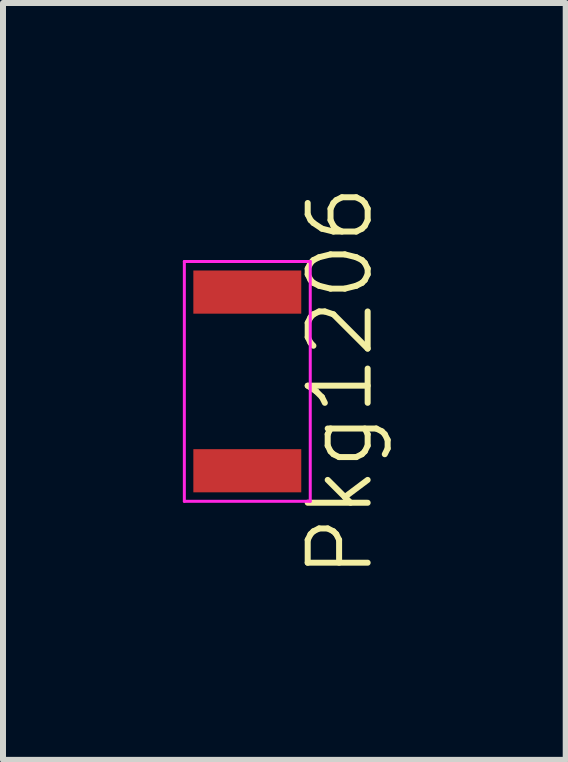
<source format=kicad_pcb>
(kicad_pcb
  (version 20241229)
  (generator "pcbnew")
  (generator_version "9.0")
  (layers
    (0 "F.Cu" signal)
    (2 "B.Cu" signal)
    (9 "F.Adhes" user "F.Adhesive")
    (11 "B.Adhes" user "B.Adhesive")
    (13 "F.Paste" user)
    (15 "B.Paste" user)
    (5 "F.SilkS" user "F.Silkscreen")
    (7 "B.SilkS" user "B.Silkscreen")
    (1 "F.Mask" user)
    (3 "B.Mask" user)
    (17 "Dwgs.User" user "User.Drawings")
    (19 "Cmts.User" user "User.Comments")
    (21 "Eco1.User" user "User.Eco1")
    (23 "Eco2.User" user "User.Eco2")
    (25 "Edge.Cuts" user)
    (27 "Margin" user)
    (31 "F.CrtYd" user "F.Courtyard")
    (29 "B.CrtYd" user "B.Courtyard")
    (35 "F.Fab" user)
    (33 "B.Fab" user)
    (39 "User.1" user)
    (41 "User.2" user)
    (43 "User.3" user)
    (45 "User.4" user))
  (footprint "Pkg1206"
    (layer "F.Cu")
    (at 1.075 3.312)
    (property "Reference" "Pkg1206" (at 1.55 0 90) (layer "F.SilkS") (effects (font (size 1 1) (thickness 0.1))))
    (fp_line (start -1.05 -2) (end -1.05 2) (stroke (width 0.05) (type solid)) (layer "F.CrtYd"))
    (fp_line (start -1.05 2) (end 1.05 2) (stroke (width 0.05) (type solid)) (layer "F.CrtYd"))
    (fp_line (start 1.05 -2) (end -1.05 -2) (stroke (width 0.05) (type solid)) (layer "F.CrtYd"))
    (fp_line (start 1.05 2) (end 1.05 -2) (stroke (width 0.05) (type solid)) (layer "F.CrtYd"))
    (pad "1" smd rect (at 0 -1.49) (size 1.8 0.72) (layers "F.Cu" "F.Mask" "F.Paste"))
    (pad "2" smd rect (at 0 1.49) (size 1.8 0.72) (layers "F.Cu" "F.Mask" "F.Paste")))
  (gr_rect
    (start -3 -3)
    (end 6.386 9.624)
    (stroke (width 0.1) (type default))
    (fill no)
    (layer "Edge.Cuts")))
</source>
